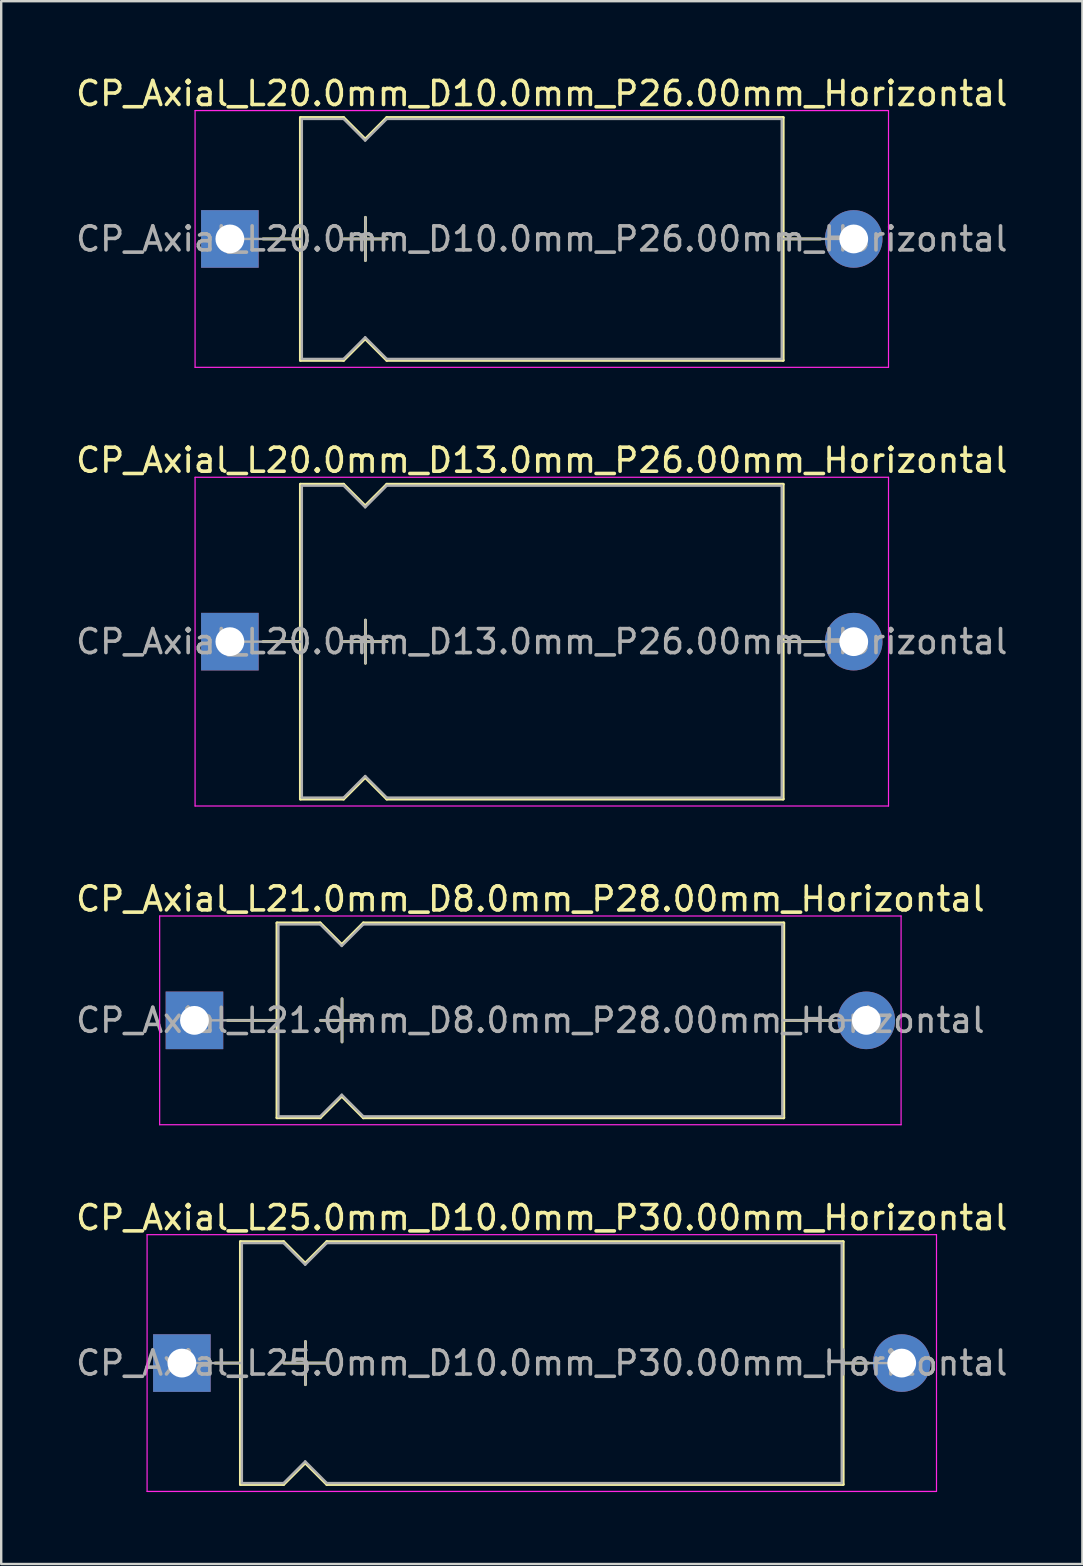
<source format=kicad_pcb>
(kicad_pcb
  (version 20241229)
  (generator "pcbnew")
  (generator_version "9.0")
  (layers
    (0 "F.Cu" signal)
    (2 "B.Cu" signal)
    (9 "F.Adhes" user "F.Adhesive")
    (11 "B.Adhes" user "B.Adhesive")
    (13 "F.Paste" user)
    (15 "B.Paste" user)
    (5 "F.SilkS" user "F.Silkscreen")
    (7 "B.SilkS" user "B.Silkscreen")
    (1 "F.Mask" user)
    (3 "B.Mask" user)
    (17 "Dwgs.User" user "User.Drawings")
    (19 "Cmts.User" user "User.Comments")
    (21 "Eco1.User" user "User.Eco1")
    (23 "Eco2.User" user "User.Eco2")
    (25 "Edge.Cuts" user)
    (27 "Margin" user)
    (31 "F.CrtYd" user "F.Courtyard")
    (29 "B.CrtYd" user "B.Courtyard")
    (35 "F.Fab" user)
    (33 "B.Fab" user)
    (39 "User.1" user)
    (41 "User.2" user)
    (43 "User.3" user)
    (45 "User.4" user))
  (footprint "CP_Axial_L20.0mm_D10.0mm_P26.00mm_Horizontal"
    (layer "F.Cu")
    (at 6.53 6.908)
    (property "Reference" "CP_Axial_L20.0mm_D10.0mm_P26.00mm_Horizontal" (at 13 -6.06 0) (layer "F.SilkS") (effects (font (size 1 1) (thickness 0.15))))
    (attr through_hole)
    (fp_line (start 1.38 0) (end 2.94 0) (stroke (width 0.12) (type solid)) (layer "F.SilkS"))
    (fp_line (start 2.94 -5.06) (end 2.94 5.06) (stroke (width 0.12) (type solid)) (layer "F.SilkS"))
    (fp_line (start 2.94 -5.06) (end 4.74 -5.06) (stroke (width 0.12) (type solid)) (layer "F.SilkS"))
    (fp_line (start 2.94 5.06) (end 4.74 5.06) (stroke (width 0.12) (type solid)) (layer "F.SilkS"))
    (fp_line (start 4.74 -5.06) (end 5.64 -4.16) (stroke (width 0.12) (type solid)) (layer "F.SilkS"))
    (fp_line (start 4.74 5.06) (end 5.64 4.16) (stroke (width 0.12) (type solid)) (layer "F.SilkS"))
    (fp_line (start 4.75 0) (end 6.55 0) (stroke (width 0.12) (type solid)) (layer "F.SilkS"))
    (fp_line (start 5.64 -4.16) (end 6.54 -5.06) (stroke (width 0.12) (type solid)) (layer "F.SilkS"))
    (fp_line (start 5.64 4.16) (end 6.54 5.06) (stroke (width 0.12) (type solid)) (layer "F.SilkS"))
    (fp_line (start 5.65 -0.9) (end 5.65 0.9) (stroke (width 0.12) (type solid)) (layer "F.SilkS"))
    (fp_line (start 6.54 -5.06) (end 23.06 -5.06) (stroke (width 0.12) (type solid)) (layer "F.SilkS"))
    (fp_line (start 6.54 5.06) (end 23.06 5.06) (stroke (width 0.12) (type solid)) (layer "F.SilkS"))
    (fp_line (start 23.06 -5.06) (end 23.06 5.06) (stroke (width 0.12) (type solid)) (layer "F.SilkS"))
    (fp_line (start 24.62 0) (end 23.06 0) (stroke (width 0.12) (type solid)) (layer "F.SilkS"))
    (fp_line (start -1.45 -5.35) (end -1.45 5.35) (stroke (width 0.05) (type solid)) (layer "F.CrtYd"))
    (fp_line (start -1.45 5.35) (end 27.45 5.35) (stroke (width 0.05) (type solid)) (layer "F.CrtYd"))
    (fp_line (start 27.45 -5.35) (end -1.45 -5.35) (stroke (width 0.05) (type solid)) (layer "F.CrtYd"))
    (fp_line (start 27.45 5.35) (end 27.45 -5.35) (stroke (width 0.05) (type solid)) (layer "F.CrtYd"))
    (fp_line (start 0 0) (end 3 0) (stroke (width 0.1) (type solid)) (layer "F.Fab"))
    (fp_line (start 3 -5) (end 3 5) (stroke (width 0.1) (type solid)) (layer "F.Fab"))
    (fp_line (start 3 -5) (end 4.74 -5) (stroke (width 0.1) (type solid)) (layer "F.Fab"))
    (fp_line (start 3 5) (end 4.74 5) (stroke (width 0.1) (type solid)) (layer "F.Fab"))
    (fp_line (start 4.74 -5) (end 5.64 -4.1) (stroke (width 0.1) (type solid)) (layer "F.Fab"))
    (fp_line (start 4.74 5) (end 5.64 4.1) (stroke (width 0.1) (type solid)) (layer "F.Fab"))
    (fp_line (start 4.75 0) (end 6.55 0) (stroke (width 0.1) (type solid)) (layer "F.Fab"))
    (fp_line (start 5.64 -4.1) (end 6.54 -5) (stroke (width 0.1) (type solid)) (layer "F.Fab"))
    (fp_line (start 5.64 4.1) (end 6.54 5) (stroke (width 0.1) (type solid)) (layer "F.Fab"))
    (fp_line (start 5.65 -0.9) (end 5.65 0.9) (stroke (width 0.1) (type solid)) (layer "F.Fab"))
    (fp_line (start 6.54 -5) (end 23 -5) (stroke (width 0.1) (type solid)) (layer "F.Fab"))
    (fp_line (start 6.54 5) (end 23 5) (stroke (width 0.1) (type solid)) (layer "F.Fab"))
    (fp_line (start 23 -5) (end 23 5) (stroke (width 0.1) (type solid)) (layer "F.Fab"))
    (fp_line (start 26 0) (end 23 0) (stroke (width 0.1) (type solid)) (layer "F.Fab"))
    (fp_text user "${REFERENCE}" (at 13 0 0) (layer "F.Fab") (effects (font (size 1 1) (thickness 0.15))))
    (pad "1" thru_hole rect (at 0 0) (size 2.4 2.4) (drill 1.2) (layers "*.Cu" "*.Mask"))
    (pad "2" thru_hole oval (at 26 0) (size 2.4 2.4) (drill 1.2) (layers "*.Cu" "*.Mask")))
  (footprint "CP_Axial_L20.0mm_D13.0mm_P26.00mm_Horizontal"
    (layer "F.Cu")
    (at 6.53 23.692)
    (property "Reference" "CP_Axial_L20.0mm_D13.0mm_P26.00mm_Horizontal" (at 13 -7.56 0) (layer "F.SilkS") (effects (font (size 1 1) (thickness 0.15))))
    (attr through_hole)
    (fp_line (start 1.38 0) (end 2.94 0) (stroke (width 0.12) (type solid)) (layer "F.SilkS"))
    (fp_line (start 2.94 -6.56) (end 2.94 6.56) (stroke (width 0.12) (type solid)) (layer "F.SilkS"))
    (fp_line (start 2.94 -6.56) (end 4.74 -6.56) (stroke (width 0.12) (type solid)) (layer "F.SilkS"))
    (fp_line (start 2.94 6.56) (end 4.74 6.56) (stroke (width 0.12) (type solid)) (layer "F.SilkS"))
    (fp_line (start 4.74 -6.56) (end 5.64 -5.66) (stroke (width 0.12) (type solid)) (layer "F.SilkS"))
    (fp_line (start 4.74 6.56) (end 5.64 5.66) (stroke (width 0.12) (type solid)) (layer "F.SilkS"))
    (fp_line (start 4.75 0) (end 6.55 0) (stroke (width 0.12) (type solid)) (layer "F.SilkS"))
    (fp_line (start 5.64 -5.66) (end 6.54 -6.56) (stroke (width 0.12) (type solid)) (layer "F.SilkS"))
    (fp_line (start 5.64 5.66) (end 6.54 6.56) (stroke (width 0.12) (type solid)) (layer "F.SilkS"))
    (fp_line (start 5.65 -0.9) (end 5.65 0.9) (stroke (width 0.12) (type solid)) (layer "F.SilkS"))
    (fp_line (start 6.54 -6.56) (end 23.06 -6.56) (stroke (width 0.12) (type solid)) (layer "F.SilkS"))
    (fp_line (start 6.54 6.56) (end 23.06 6.56) (stroke (width 0.12) (type solid)) (layer "F.SilkS"))
    (fp_line (start 23.06 -6.56) (end 23.06 6.56) (stroke (width 0.12) (type solid)) (layer "F.SilkS"))
    (fp_line (start 24.62 0) (end 23.06 0) (stroke (width 0.12) (type solid)) (layer "F.SilkS"))
    (fp_line (start -1.45 -6.85) (end -1.45 6.85) (stroke (width 0.05) (type solid)) (layer "F.CrtYd"))
    (fp_line (start -1.45 6.85) (end 27.45 6.85) (stroke (width 0.05) (type solid)) (layer "F.CrtYd"))
    (fp_line (start 27.45 -6.85) (end -1.45 -6.85) (stroke (width 0.05) (type solid)) (layer "F.CrtYd"))
    (fp_line (start 27.45 6.85) (end 27.45 -6.85) (stroke (width 0.05) (type solid)) (layer "F.CrtYd"))
    (fp_line (start 0 0) (end 3 0) (stroke (width 0.1) (type solid)) (layer "F.Fab"))
    (fp_line (start 3 -6.5) (end 3 6.5) (stroke (width 0.1) (type solid)) (layer "F.Fab"))
    (fp_line (start 3 -6.5) (end 4.74 -6.5) (stroke (width 0.1) (type solid)) (layer "F.Fab"))
    (fp_line (start 3 6.5) (end 4.74 6.5) (stroke (width 0.1) (type solid)) (layer "F.Fab"))
    (fp_line (start 4.74 -6.5) (end 5.64 -5.6) (stroke (width 0.1) (type solid)) (layer "F.Fab"))
    (fp_line (start 4.74 6.5) (end 5.64 5.6) (stroke (width 0.1) (type solid)) (layer "F.Fab"))
    (fp_line (start 4.75 0) (end 6.55 0) (stroke (width 0.1) (type solid)) (layer "F.Fab"))
    (fp_line (start 5.64 -5.6) (end 6.54 -6.5) (stroke (width 0.1) (type solid)) (layer "F.Fab"))
    (fp_line (start 5.64 5.6) (end 6.54 6.5) (stroke (width 0.1) (type solid)) (layer "F.Fab"))
    (fp_line (start 5.65 -0.9) (end 5.65 0.9) (stroke (width 0.1) (type solid)) (layer "F.Fab"))
    (fp_line (start 6.54 -6.5) (end 23 -6.5) (stroke (width 0.1) (type solid)) (layer "F.Fab"))
    (fp_line (start 6.54 6.5) (end 23 6.5) (stroke (width 0.1) (type solid)) (layer "F.Fab"))
    (fp_line (start 23 -6.5) (end 23 6.5) (stroke (width 0.1) (type solid)) (layer "F.Fab"))
    (fp_line (start 26 0) (end 23 0) (stroke (width 0.1) (type solid)) (layer "F.Fab"))
    (fp_text user "${REFERENCE}" (at 13 0 0) (layer "F.Fab") (effects (font (size 1 1) (thickness 0.15))))
    (pad "1" thru_hole rect (at 0 0) (size 2.4 2.4) (drill 1.2) (layers "*.Cu" "*.Mask"))
    (pad "2" thru_hole oval (at 26 0) (size 2.4 2.4) (drill 1.2) (layers "*.Cu" "*.Mask")))
  (footprint "CP_Axial_L25.0mm_D10.0mm_P30.00mm_Horizontal"
    (layer "F.Cu")
    (at 4.53 53.758)
    (property "Reference" "CP_Axial_L25.0mm_D10.0mm_P30.00mm_Horizontal" (at 15 -6.06 0) (layer "F.SilkS") (effects (font (size 1 1) (thickness 0.15))))
    (attr through_hole)
    (fp_line (start 1.38 0) (end 2.44 0) (stroke (width 0.12) (type solid)) (layer "F.SilkS"))
    (fp_line (start 2.44 -5.06) (end 2.44 5.06) (stroke (width 0.12) (type solid)) (layer "F.SilkS"))
    (fp_line (start 2.44 -5.06) (end 4.24 -5.06) (stroke (width 0.12) (type solid)) (layer "F.SilkS"))
    (fp_line (start 2.44 5.06) (end 4.24 5.06) (stroke (width 0.12) (type solid)) (layer "F.SilkS"))
    (fp_line (start 4.24 -5.06) (end 5.14 -4.16) (stroke (width 0.12) (type solid)) (layer "F.SilkS"))
    (fp_line (start 4.24 5.06) (end 5.14 4.16) (stroke (width 0.12) (type solid)) (layer "F.SilkS"))
    (fp_line (start 4.25 0) (end 6.05 0) (stroke (width 0.12) (type solid)) (layer "F.SilkS"))
    (fp_line (start 5.14 -4.16) (end 6.04 -5.06) (stroke (width 0.12) (type solid)) (layer "F.SilkS"))
    (fp_line (start 5.14 4.16) (end 6.04 5.06) (stroke (width 0.12) (type solid)) (layer "F.SilkS"))
    (fp_line (start 5.15 -0.9) (end 5.15 0.9) (stroke (width 0.12) (type solid)) (layer "F.SilkS"))
    (fp_line (start 6.04 -5.06) (end 27.56 -5.06) (stroke (width 0.12) (type solid)) (layer "F.SilkS"))
    (fp_line (start 6.04 5.06) (end 27.56 5.06) (stroke (width 0.12) (type solid)) (layer "F.SilkS"))
    (fp_line (start 27.56 -5.06) (end 27.56 5.06) (stroke (width 0.12) (type solid)) (layer "F.SilkS"))
    (fp_line (start 28.62 0) (end 27.56 0) (stroke (width 0.12) (type solid)) (layer "F.SilkS"))
    (fp_line (start -1.45 -5.35) (end -1.45 5.35) (stroke (width 0.05) (type solid)) (layer "F.CrtYd"))
    (fp_line (start -1.45 5.35) (end 31.45 5.35) (stroke (width 0.05) (type solid)) (layer "F.CrtYd"))
    (fp_line (start 31.45 -5.35) (end -1.45 -5.35) (stroke (width 0.05) (type solid)) (layer "F.CrtYd"))
    (fp_line (start 31.45 5.35) (end 31.45 -5.35) (stroke (width 0.05) (type solid)) (layer "F.CrtYd"))
    (fp_line (start 0 0) (end 2.5 0) (stroke (width 0.1) (type solid)) (layer "F.Fab"))
    (fp_line (start 2.5 -5) (end 2.5 5) (stroke (width 0.1) (type solid)) (layer "F.Fab"))
    (fp_line (start 2.5 -5) (end 4.24 -5) (stroke (width 0.1) (type solid)) (layer "F.Fab"))
    (fp_line (start 2.5 5) (end 4.24 5) (stroke (width 0.1) (type solid)) (layer "F.Fab"))
    (fp_line (start 4.24 -5) (end 5.14 -4.1) (stroke (width 0.1) (type solid)) (layer "F.Fab"))
    (fp_line (start 4.24 5) (end 5.14 4.1) (stroke (width 0.1) (type solid)) (layer "F.Fab"))
    (fp_line (start 4.25 0) (end 6.05 0) (stroke (width 0.1) (type solid)) (layer "F.Fab"))
    (fp_line (start 5.14 -4.1) (end 6.04 -5) (stroke (width 0.1) (type solid)) (layer "F.Fab"))
    (fp_line (start 5.14 4.1) (end 6.04 5) (stroke (width 0.1) (type solid)) (layer "F.Fab"))
    (fp_line (start 5.15 -0.9) (end 5.15 0.9) (stroke (width 0.1) (type solid)) (layer "F.Fab"))
    (fp_line (start 6.04 -5) (end 27.5 -5) (stroke (width 0.1) (type solid)) (layer "F.Fab"))
    (fp_line (start 6.04 5) (end 27.5 5) (stroke (width 0.1) (type solid)) (layer "F.Fab"))
    (fp_line (start 27.5 -5) (end 27.5 5) (stroke (width 0.1) (type solid)) (layer "F.Fab"))
    (fp_line (start 30 0) (end 27.5 0) (stroke (width 0.1) (type solid)) (layer "F.Fab"))
    (fp_text user "${REFERENCE}" (at 15 0 0) (layer "F.Fab") (effects (font (size 1 1) (thickness 0.15))))
    (pad "1" thru_hole rect (at 0 0) (size 2.4 2.4) (drill 1.2) (layers "*.Cu" "*.Mask"))
    (pad "2" thru_hole oval (at 30 0) (size 2.4 2.4) (drill 1.2) (layers "*.Cu" "*.Mask")))
  (footprint "CP_Axial_L21.0mm_D8.0mm_P28.00mm_Horizontal"
    (layer "F.Cu")
    (at 5.054 39.475)
    (property "Reference" "CP_Axial_L21.0mm_D8.0mm_P28.00mm_Horizontal" (at 14 -5.06 0) (layer "F.SilkS") (effects (font (size 1 1) (thickness 0.15))))
    (attr through_hole)
    (fp_line (start 1.38 0) (end 3.44 0) (stroke (width 0.12) (type solid)) (layer "F.SilkS"))
    (fp_line (start 3.44 -4.06) (end 3.44 4.06) (stroke (width 0.12) (type solid)) (layer "F.SilkS"))
    (fp_line (start 3.44 -4.06) (end 5.24 -4.06) (stroke (width 0.12) (type solid)) (layer "F.SilkS"))
    (fp_line (start 3.44 4.06) (end 5.24 4.06) (stroke (width 0.12) (type solid)) (layer "F.SilkS"))
    (fp_line (start 5.24 -4.06) (end 6.14 -3.16) (stroke (width 0.12) (type solid)) (layer "F.SilkS"))
    (fp_line (start 5.24 4.06) (end 6.14 3.16) (stroke (width 0.12) (type solid)) (layer "F.SilkS"))
    (fp_line (start 5.25 0) (end 7.05 0) (stroke (width 0.12) (type solid)) (layer "F.SilkS"))
    (fp_line (start 6.14 -3.16) (end 7.04 -4.06) (stroke (width 0.12) (type solid)) (layer "F.SilkS"))
    (fp_line (start 6.14 3.16) (end 7.04 4.06) (stroke (width 0.12) (type solid)) (layer "F.SilkS"))
    (fp_line (start 6.15 -0.9) (end 6.15 0.9) (stroke (width 0.12) (type solid)) (layer "F.SilkS"))
    (fp_line (start 7.04 -4.06) (end 24.56 -4.06) (stroke (width 0.12) (type solid)) (layer "F.SilkS"))
    (fp_line (start 7.04 4.06) (end 24.56 4.06) (stroke (width 0.12) (type solid)) (layer "F.SilkS"))
    (fp_line (start 24.56 -4.06) (end 24.56 4.06) (stroke (width 0.12) (type solid)) (layer "F.SilkS"))
    (fp_line (start 26.62 0) (end 24.56 0) (stroke (width 0.12) (type solid)) (layer "F.SilkS"))
    (fp_line (start -1.45 -4.35) (end -1.45 4.35) (stroke (width 0.05) (type solid)) (layer "F.CrtYd"))
    (fp_line (start -1.45 4.35) (end 29.45 4.35) (stroke (width 0.05) (type solid)) (layer "F.CrtYd"))
    (fp_line (start 29.45 -4.35) (end -1.45 -4.35) (stroke (width 0.05) (type solid)) (layer "F.CrtYd"))
    (fp_line (start 29.45 4.35) (end 29.45 -4.35) (stroke (width 0.05) (type solid)) (layer "F.CrtYd"))
    (fp_line (start 0 0) (end 3.5 0) (stroke (width 0.1) (type solid)) (layer "F.Fab"))
    (fp_line (start 3.5 -4) (end 3.5 4) (stroke (width 0.1) (type solid)) (layer "F.Fab"))
    (fp_line (start 3.5 -4) (end 5.24 -4) (stroke (width 0.1) (type solid)) (layer "F.Fab"))
    (fp_line (start 3.5 4) (end 5.24 4) (stroke (width 0.1) (type solid)) (layer "F.Fab"))
    (fp_line (start 5.24 -4) (end 6.14 -3.1) (stroke (width 0.1) (type solid)) (layer "F.Fab"))
    (fp_line (start 5.24 4) (end 6.14 3.1) (stroke (width 0.1) (type solid)) (layer "F.Fab"))
    (fp_line (start 5.25 0) (end 7.05 0) (stroke (width 0.1) (type solid)) (layer "F.Fab"))
    (fp_line (start 6.14 -3.1) (end 7.04 -4) (stroke (width 0.1) (type solid)) (layer "F.Fab"))
    (fp_line (start 6.14 3.1) (end 7.04 4) (stroke (width 0.1) (type solid)) (layer "F.Fab"))
    (fp_line (start 6.15 -0.9) (end 6.15 0.9) (stroke (width 0.1) (type solid)) (layer "F.Fab"))
    (fp_line (start 7.04 -4) (end 24.5 -4) (stroke (width 0.1) (type solid)) (layer "F.Fab"))
    (fp_line (start 7.04 4) (end 24.5 4) (stroke (width 0.1) (type solid)) (layer "F.Fab"))
    (fp_line (start 24.5 -4) (end 24.5 4) (stroke (width 0.1) (type solid)) (layer "F.Fab"))
    (fp_line (start 28 0) (end 24.5 0) (stroke (width 0.1) (type solid)) (layer "F.Fab"))
    (fp_text user "${REFERENCE}" (at 14 0 0) (layer "F.Fab") (effects (font (size 1 1) (thickness 0.15))))
    (pad "1" thru_hole rect (at 0 0) (size 2.4 2.4) (drill 1.2) (layers "*.Cu" "*.Mask"))
    (pad "2" thru_hole oval (at 28 0) (size 2.4 2.4) (drill 1.2) (layers "*.Cu" "*.Mask")))
  (gr_rect
    (start -3 -3)
    (end 42.06 62.133)
    (stroke (width 0.1) (type default))
    (fill no)
    (layer "Edge.Cuts")))
</source>
